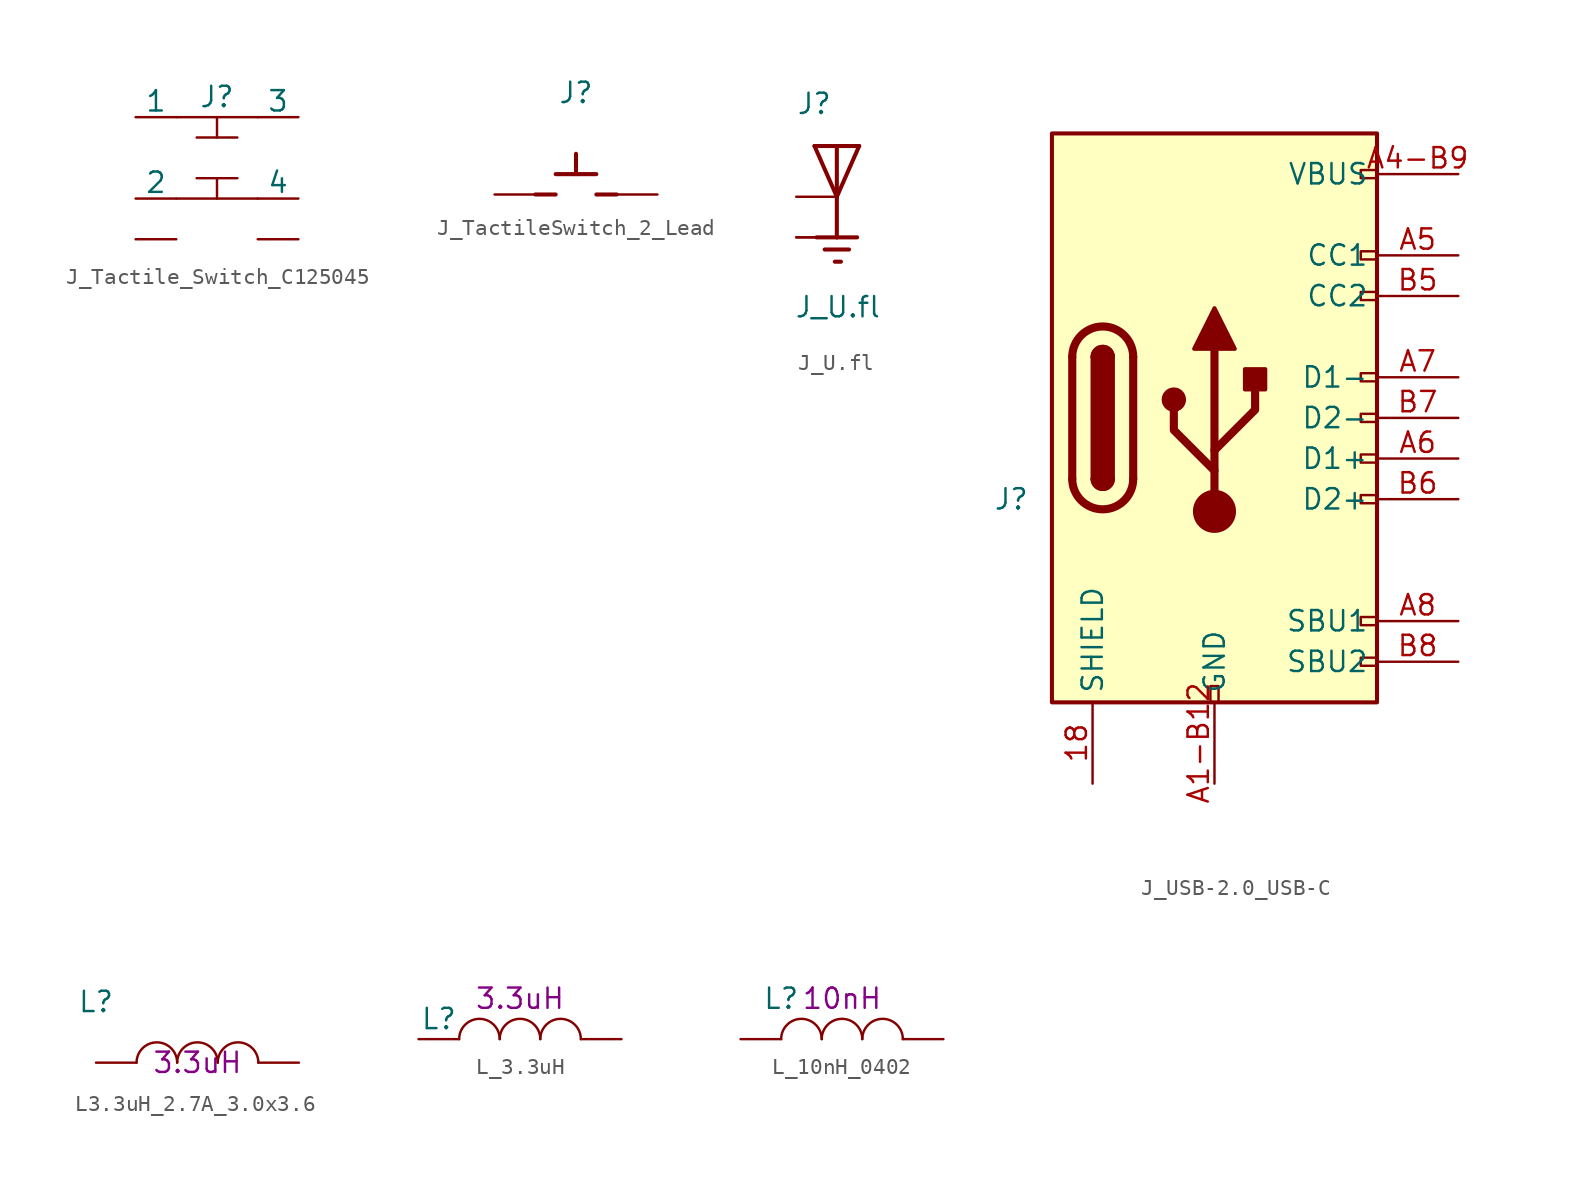
<source format=kicad_sym>
(kicad_symbol_lib
  (version 20220914)
  (generator kicad_symbol_editor)
  (symbol "J_Tactile_Switch_C125045"
    (pin_numbers hide)
    (pin_names
      (offset 0))
    (property "Reference" "J"
      (at 0 3.81 0)
      (effects (font (size 1.27 1.27))))
    (symbol "J_Tactile_Switch_C125045_0_1"
      (polyline (pts (xy -2.54 -2.54) (xy 2.54 -2.54)) (stroke (width 0) (type solid)) (fill (type none)))
      (polyline (pts (xy -2.54 2.54) (xy 2.54 2.54)) (stroke (width 0) (type solid)) (fill (type none)))
      (polyline (pts (xy -1.27 1.27) (xy 1.27 1.27)) (stroke (width 0) (type solid)) (fill (type none)))
      (polyline (pts (xy 0 -2.54) (xy 0 -1.27)) (stroke (width 0) (type solid)) (fill (type none)))
      (polyline (pts (xy 0 2.54) (xy 0 1.27)) (stroke (width 0) (type solid)) (fill (type none)))
      (polyline (pts (xy 1.27 -1.27) (xy -1.27 -1.27)) (stroke (width 0) (type solid)) (fill (type none))))
    (symbol "J_Tactile_Switch_C125045_1_1"
      (pin input line (at -5.08 2.54 0) (length 2.54) (name "1" (effects (font (size 1.27 1.27)))) (number "1" (effects (font (size 1.27 1.27)))))
      (pin input line (at -5.08 -2.54 0) (length 2.54) (name "2" (effects (font (size 1.27 1.27)))) (number "2" (effects (font (size 1.27 1.27)))))
      (pin input line (at 5.08 2.54 180) (length 2.54) (name "3" (effects (font (size 1.27 1.27)))) (number "3" (effects (font (size 1.27 1.27)))))
      (pin input line (at 5.08 -2.54 180) (length 2.54) (name "4" (effects (font (size 1.27 1.27)))) (number "4" (effects (font (size 1.27 1.27)))))
      (pin input line (at -5.08 -5.08 0) (length 2.54) (name "~" (effects (font (size 1.27 1.27)))) (number "GND" (effects (font (size 1.27 1.27)))))
      (pin input line (at 5.08 -5.08 180) (length 2.54) (name "~" (effects (font (size 1.27 1.27)))) (number "GND" (effects (font (size 1.27 1.27)))))))
  (symbol "J_TactileSwitch_2_Lead"
    (pin_numbers hide)
    (pin_names
      (offset 0) hide)
    (property "Reference" "J"
      (at 0 6.35 0)
      (effects (font (size 1.27 1.27))))
    (symbol "J_TactileSwitch_2_Lead_0_1"
      (polyline (pts (xy -2.54 0) (xy -1.27 0)) (stroke (width 0.254) (type solid)) (fill (type none)))
      (polyline (pts (xy -1.27 1.27) (xy 1.27 1.27)) (stroke (width 0.254) (type solid)) (fill (type none)))
      (polyline (pts (xy 0 1.27) (xy 0 2.54)) (stroke (width 0.254) (type solid)) (fill (type none)))
      (polyline (pts (xy 2.54 0) (xy 1.27 0)) (stroke (width 0.254) (type solid)) (fill (type none))))
    (symbol "J_TactileSwitch_2_Lead_1_1"
      (pin passive line (at -5.08 0 0) (length 2.54) (name "1" (effects (font (size 1.27 1.27)))) (number "1" (effects (font (size 1.27 1.27)))))
      (pin passive line (at 5.08 0 180) (length 2.54) (name "2" (effects (font (size 1.27 1.27)))) (number "2" (effects (font (size 1.27 1.27)))))))
  (symbol "J_U.fl"
    (pin_numbers hide)
    (pin_names
      (offset 1.016) hide)
    (property "Reference" "J"
      (at -2.54 5.08 0)
      (effects (font (size 1.27 1.27)) (justify left bottom)))
    (property "Value" "J_U.fl"
      (at -2.667 -7.645 0)
      (effects (font (size 1.27 1.27)) (justify left bottom)))
    (symbol "J_U.fl_0_0"
      (polyline (pts (xy -1.397 3.175) (xy 0 3.175)) (stroke (width 0.254) (type solid)) (fill (type none)))
      (polyline (pts (xy -0.762 -3.302) (xy 0.762 -3.302)) (stroke (width 0.254) (type solid)) (fill (type none)))
      (polyline (pts (xy -0.127 -4.064) (xy 0.254 -4.064)) (stroke (width 0.254) (type solid)) (fill (type none)))
      (polyline (pts (xy 0 -2.54) (xy -1.27 -2.54)) (stroke (width 0.254) (type solid)) (fill (type none)))
      (polyline (pts (xy 0 -2.54) (xy 1.27 -2.54)) (stroke (width 0.254) (type solid)) (fill (type none)))
      (polyline (pts (xy 0 0) (xy -1.397 3.175)) (stroke (width 0.254) (type solid)) (fill (type none)))
      (polyline (pts (xy 0 0) (xy 0 -2.54)) (stroke (width 0.254) (type solid)) (fill (type none)))
      (polyline (pts (xy 0 3.175) (xy 0 0)) (stroke (width 0.254) (type solid)) (fill (type none)))
      (polyline (pts (xy 0 3.175) (xy 1.397 3.175)) (stroke (width 0.254) (type solid)) (fill (type none)))
      (polyline (pts (xy 1.397 3.175) (xy 0 0)) (stroke (width 0.254) (type solid)) (fill (type none)))
      (pin passive line (at -2.54 -2.54 0) (length 2.54) (name "GND" (effects (font (size 1.016 1.016)))) (number "1" (effects (font (size 1.016 1.016)))))
      (pin passive line (at -2.54 0 0) (length 2.54) (name "SIG" (effects (font (size 1.016 1.016)))) (number "2" (effects (font (size 1.016 1.016)))))
      (pin passive line (at -2.54 -2.54 0) (length 2.54) (name "GND" (effects (font (size 1.016 1.016)))) (number "3" (effects (font (size 1.016 1.016)))))))
  (symbol "J_USB-2.0_USB-C"
    (property "Reference" "J"
      (at -2.54 -5.08 0)
      (effects (font (size 1.27 1.27))))
    (symbol "J_USB-2.0_USB-C_0_0"
      (rectangle (start 9.906 -17.78) (end 10.414 -16.764) (stroke (width 0) (type default)) (fill (type none)))
      (rectangle (start 20.32 -14.986) (end 19.304 -15.494) (stroke (width 0) (type default)) (fill (type none)))
      (rectangle (start 20.32 -12.446) (end 19.304 -12.954) (stroke (width 0) (type default)) (fill (type none)))
      (rectangle (start 20.32 -4.826) (end 19.304 -5.334) (stroke (width 0) (type default)) (fill (type none)))
      (rectangle (start 20.32 -2.286) (end 19.304 -2.794) (stroke (width 0) (type default)) (fill (type none)))
      (rectangle (start 20.32 0.254) (end 19.304 -0.254) (stroke (width 0) (type default)) (fill (type none)))
      (rectangle (start 20.32 2.794) (end 19.304 2.286) (stroke (width 0) (type default)) (fill (type none)))
      (rectangle (start 20.32 7.874) (end 19.304 7.366) (stroke (width 0) (type default)) (fill (type none)))
      (rectangle (start 20.32 10.414) (end 19.304 9.906) (stroke (width 0) (type default)) (fill (type none)))
      (rectangle (start 20.32 15.494) (end 19.304 14.986) (stroke (width 0) (type default)) (fill (type none))))
    (symbol "J_USB-2.0_USB-C_0_1"
      (polyline (pts (xy 1.27 -3.81) (xy 1.27 3.81)) (stroke (width 0.508) (type default)) (fill (type none)))
      (polyline (pts (xy 5.08 3.81) (xy 5.08 -3.81)) (stroke (width 0.508) (type default)) (fill (type none)))
      (polyline (pts (xy 10.16 -5.842) (xy 10.16 4.318)) (stroke (width 0.508) (type default)) (fill (type none)))
      (polyline (pts (xy 10.16 -3.302) (xy 7.62 -0.762) (xy 7.62 0.508)) (stroke (width 0.508) (type default)) (fill (type none)))
      (polyline (pts (xy 10.16 -2.032) (xy 12.7 0.508) (xy 12.7 1.778)) (stroke (width 0.508) (type default)) (fill (type none)))
      (polyline (pts (xy 8.89 4.318) (xy 10.16 6.858) (xy 11.43 4.318) (xy 8.89 4.318)) (stroke (width 0.254) (type default)) (fill (type outline)))
      (rectangle (start 0 17.78) (end 20.32 -17.78) (stroke (width 0.254) (type default)) (fill (type background)))
      (arc (start 1.27 -3.81) (mid 3.175 -5.7067) (end 5.08 -3.81) (stroke (width 0.508) (type default)) (fill (type none)))
      (arc (start 2.54 -3.81) (mid 3.175 -4.4423) (end 3.81 -3.81) (stroke (width 0.254) (type default)) (fill (type none)))
      (arc (start 2.54 -3.81) (mid 3.175 -4.4423) (end 3.81 -3.81) (stroke (width 0.254) (type default)) (fill (type outline)))
      (rectangle (start 2.54 -3.81) (end 3.81 3.81) (stroke (width 0.254) (type default)) (fill (type outline)))
      (arc (start 3.81 3.81) (mid 3.175 4.4423) (end 2.54 3.81) (stroke (width 0.254) (type default)) (fill (type none)))
      (arc (start 3.81 3.81) (mid 3.175 4.4423) (end 2.54 3.81) (stroke (width 0.254) (type default)) (fill (type outline)))
      (arc (start 5.08 3.81) (mid 3.175 5.7067) (end 1.27 3.81) (stroke (width 0.508) (type default)) (fill (type none)))
      (circle (center 7.62 1.143) (radius 0.635) (stroke (width 0.254) (type default)) (fill (type outline)))
      (circle (center 10.16 -5.842) (radius 1.27) (stroke (width 0) (type default)) (fill (type outline)))
      (rectangle (start 12.065 1.778) (end 13.335 3.048) (stroke (width 0.254) (type default)) (fill (type outline))))
    (symbol "J_USB-2.0_USB-C_1_1"
      (pin passive line (at 2.54 -22.86 90) (length 5.08) hide (name "SHIELD" (effects (font (size 1.27 1.27)))) (number "15" (effects (font (size 1.27 1.27)))))
      (pin passive line (at 2.54 -22.86 90) (length 5.08) hide (name "SHIELD" (effects (font (size 1.27 1.27)))) (number "16" (effects (font (size 1.27 1.27)))))
      (pin passive line (at 2.54 -22.86 90) (length 5.08) hide (name "SHIELD" (effects (font (size 1.27 1.27)))) (number "17" (effects (font (size 1.27 1.27)))))
      (pin passive line (at 2.54 -22.86 90) (length 5.08) (name "SHIELD" (effects (font (size 1.27 1.27)))) (number "18" (effects (font (size 1.27 1.27)))))
      (pin passive line (at 10.16 -22.86 90) (length 5.08) (name "GND" (effects (font (size 1.27 1.27)))) (number "A1-B12" (effects (font (size 1.27 1.27)))))
      (pin passive line (at 25.4 15.24 180) (length 5.08) (name "VBUS" (effects (font (size 1.27 1.27)))) (number "A4-B9" (effects (font (size 1.27 1.27)))))
      (pin bidirectional line (at 25.4 10.16 180) (length 5.08) (name "CC1" (effects (font (size 1.27 1.27)))) (number "A5" (effects (font (size 1.27 1.27)))))
      (pin bidirectional line (at 25.4 -2.54 180) (length 5.08) (name "D1+" (effects (font (size 1.27 1.27)))) (number "A6" (effects (font (size 1.27 1.27)))))
      (pin bidirectional line (at 25.4 2.54 180) (length 5.08) (name "D1-" (effects (font (size 1.27 1.27)))) (number "A7" (effects (font (size 1.27 1.27)))))
      (pin bidirectional line (at 25.4 -12.7 180) (length 5.08) (name "SBU1" (effects (font (size 1.27 1.27)))) (number "A8" (effects (font (size 1.27 1.27)))))
      (pin passive line (at 10.16 -22.86 90) (length 5.08) hide (name "GND" (effects (font (size 1.27 1.27)))) (number "B1-A12" (effects (font (size 1.27 1.27)))))
      (pin passive line (at 25.4 15.24 180) (length 5.08) hide (name "VBUS" (effects (font (size 1.27 1.27)))) (number "B4-A9" (effects (font (size 1.27 1.27)))))
      (pin bidirectional line (at 25.4 7.62 180) (length 5.08) (name "CC2" (effects (font (size 1.27 1.27)))) (number "B5" (effects (font (size 1.27 1.27)))))
      (pin bidirectional line (at 25.4 -5.08 180) (length 5.08) (name "D2+" (effects (font (size 1.27 1.27)))) (number "B6" (effects (font (size 1.27 1.27)))))
      (pin bidirectional line (at 25.4 0 180) (length 5.08) (name "D2-" (effects (font (size 1.27 1.27)))) (number "B7" (effects (font (size 1.27 1.27)))))
      (pin bidirectional line (at 25.4 -15.24 180) (length 5.08) (name "SBU2" (effects (font (size 1.27 1.27)))) (number "B8" (effects (font (size 1.27 1.27)))))))
  (symbol "L3.3uH_2.7A_3.0x3.6"
    (pin_numbers hide)
    (pin_names
      (offset 0))
    (property "Reference" "L"
      (at -6.35 3.81 0)
      (effects (font (size 1.27 1.27))))
    (property "Waarde" "3.3uH"
      (at 0 0 0)
      (effects (font (size 1.27 1.27))))
    (symbol "L3.3uH_2.7A_3.0x3.6_1_1"
      (arc (start -1.27 0) (mid -2.54 1.2645) (end -3.81 0) (stroke (width 0) (type solid)) (fill (type none)))
      (arc (start 1.27 0) (mid 0 1.2645) (end -1.27 0) (stroke (width 0) (type solid)) (fill (type none)))
      (arc (start 3.81 0) (mid 2.54 1.2645) (end 1.27 0) (stroke (width 0) (type solid)) (fill (type none)))
      (pin input line (at -6.35 0 0) (length 2.54) (name "~" (effects (font (size 1.27 1.27)))) (number "1" (effects (font (size 1.27 1.27)))))
      (pin input line (at 6.35 0 180) (length 2.54) (name "~" (effects (font (size 1.27 1.27)))) (number "2" (effects (font (size 1.27 1.27)))))))
  (symbol "L_3.3uH"
    (pin_numbers hide)
    (pin_names
      (offset 0))
    (property "Reference" "L"
      (at -5.08 1.27 0)
      (effects (font (size 1.27 1.27))))
    (property "Waarde" "3.3uH"
      (at 0 2.54 0)
      (effects (font (size 1.27 1.27))))
    (symbol "L_3.3uH_1_1"
      (arc (start -1.27 0) (mid -2.54 1.2645) (end -3.81 0) (stroke (width 0) (type solid)) (fill (type none)))
      (arc (start 1.27 0) (mid 0 1.2645) (end -1.27 0) (stroke (width 0) (type solid)) (fill (type none)))
      (arc (start 3.81 0) (mid 2.54 1.2645) (end 1.27 0) (stroke (width 0) (type solid)) (fill (type none)))
      (pin input line (at -6.35 0 0) (length 2.54) (name "~" (effects (font (size 1.27 1.27)))) (number "1" (effects (font (size 1.27 1.27)))))
      (pin input line (at 6.35 0 180) (length 2.54) (name "~" (effects (font (size 1.27 1.27)))) (number "2" (effects (font (size 1.27 1.27)))))))
  (symbol "L_10nH_0402"
    (pin_numbers hide)
    (pin_names
      (offset 0))
    (property "Reference" "L"
      (at -3.81 2.54 0)
      (effects (font (size 1.27 1.27))))
    (property "Waarde" "10nH"
      (at 0 2.54 0)
      (effects (font (size 1.27 1.27))))
    (symbol "L_10nH_0402_1_1"
      (arc (start -1.27 0) (mid -2.54 1.2645) (end -3.81 0) (stroke (width 0) (type solid)) (fill (type none)))
      (arc (start 1.27 0) (mid 0 1.2645) (end -1.27 0) (stroke (width 0) (type solid)) (fill (type none)))
      (arc (start 3.81 0) (mid 2.54 1.2645) (end 1.27 0) (stroke (width 0) (type solid)) (fill (type none)))
      (pin input line (at -6.35 0 0) (length 2.54) (name "~" (effects (font (size 1.27 1.27)))) (number "1" (effects (font (size 1.27 1.27)))))
      (pin input line (at 6.35 0 180) (length 2.54) (name "~" (effects (font (size 1.27 1.27)))) (number "2" (effects (font (size 1.27 1.27))))))))
</source>
